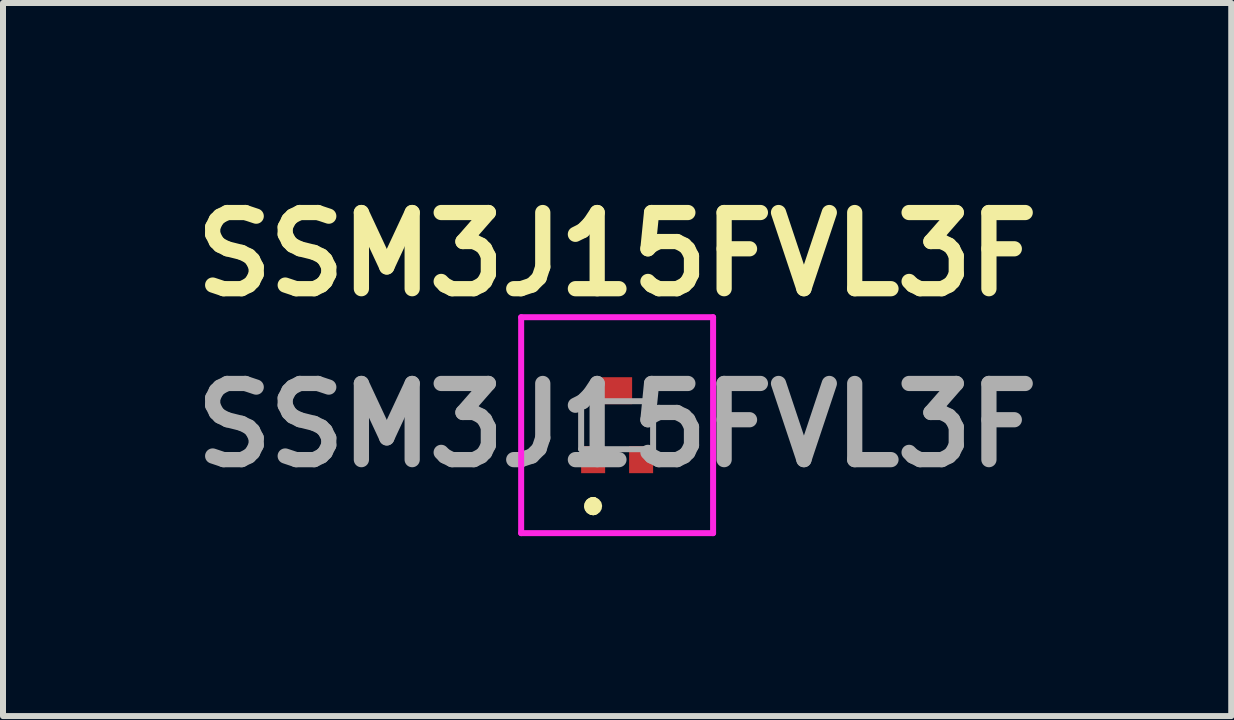
<source format=kicad_pcb>
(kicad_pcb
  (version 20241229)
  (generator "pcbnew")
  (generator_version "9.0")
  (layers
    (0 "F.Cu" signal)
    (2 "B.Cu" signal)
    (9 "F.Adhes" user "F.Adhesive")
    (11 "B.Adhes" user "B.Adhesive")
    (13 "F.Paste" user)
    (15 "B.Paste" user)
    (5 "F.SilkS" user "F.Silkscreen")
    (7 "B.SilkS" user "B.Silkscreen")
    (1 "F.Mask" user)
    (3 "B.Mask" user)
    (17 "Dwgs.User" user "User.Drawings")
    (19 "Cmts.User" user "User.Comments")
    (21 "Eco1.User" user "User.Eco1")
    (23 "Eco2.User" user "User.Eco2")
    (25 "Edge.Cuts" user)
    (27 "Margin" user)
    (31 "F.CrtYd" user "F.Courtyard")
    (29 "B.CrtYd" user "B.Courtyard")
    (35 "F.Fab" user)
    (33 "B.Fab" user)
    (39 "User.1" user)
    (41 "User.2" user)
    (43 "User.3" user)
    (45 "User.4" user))
  (footprint "SSM3J15FVL3F"
    (layer "F.Cu")
    (at 7.239 4.039)
    (property "Reference" "SSM3J15FVL3F" (at 0 -2.85 0) (layer "F.SilkS") (effects (font (size 1.27 1.27) (thickness 0.254))))
    (attr smd)
    (fp_line (start -0.4 1.3) (end -0.4 1.3) (stroke (width 0.2) (type solid)) (layer "F.SilkS"))
    (fp_line (start -0.4 1.3) (end -0.4 1.3) (stroke (width 0.2) (type solid)) (layer "F.SilkS"))
    (fp_line (start -0.4 1.4) (end -0.4 1.4) (stroke (width 0.2) (type solid)) (layer "F.SilkS"))
    (fp_arc (start -0.4 1.3) (mid -0.35 1.35) (end -0.4 1.4) (stroke (width 0.2) (type solid)) (layer "F.SilkS"))
    (fp_arc (start -0.4 1.4) (mid -0.45 1.35) (end -0.4 1.3) (stroke (width 0.2) (type solid)) (layer "F.SilkS"))
    (fp_arc (start -0.4 1.4) (mid -0.45 1.35) (end -0.4 1.3) (stroke (width 0.2) (type solid)) (layer "F.SilkS"))
    (fp_line (start -1.6 -1.8) (end 1.6 -1.8) (stroke (width 0.1) (type solid)) (layer "F.CrtYd"))
    (fp_line (start -1.6 1.8) (end -1.6 -1.8) (stroke (width 0.1) (type solid)) (layer "F.CrtYd"))
    (fp_line (start 1.6 -1.8) (end 1.6 1.8) (stroke (width 0.1) (type solid)) (layer "F.CrtYd"))
    (fp_line (start 1.6 1.8) (end -1.6 1.8) (stroke (width 0.1) (type solid)) (layer "F.CrtYd"))
    (fp_line (start -0.6 -0.4) (end -0.6 0.4) (stroke (width 0.1) (type solid)) (layer "F.Fab"))
    (fp_line (start -0.6 0.4) (end 0.6 0.4) (stroke (width 0.1) (type solid)) (layer "F.Fab"))
    (fp_line (start 0.6 -0.4) (end -0.6 -0.4) (stroke (width 0.1) (type solid)) (layer "F.Fab"))
    (fp_line (start 0.6 0.4) (end 0.6 -0.4) (stroke (width 0.1) (type solid)) (layer "F.Fab"))
    (fp_text user "${REFERENCE}" (at 0 0 0) (layer "F.Fab") (effects (font (size 1.27 1.27) (thickness 0.254))))
    (pad "1" smd rect (at -0.4 0.575) (size 0.4 0.45) (layers "F.Cu" "F.Mask" "F.Paste"))
    (pad "2" smd rect (at 0.4 0.575) (size 0.4 0.45) (layers "F.Cu" "F.Mask" "F.Paste"))
    (pad "3" smd rect (at 0 -0.575 90) (size 0.45 0.5) (layers "F.Cu" "F.Mask" "F.Paste")))
  (gr_rect
    (start -3 -3)
    (end 17.478 8.889)
    (stroke (width 0.1) (type default))
    (fill no)
    (layer "Edge.Cuts")))
</source>
